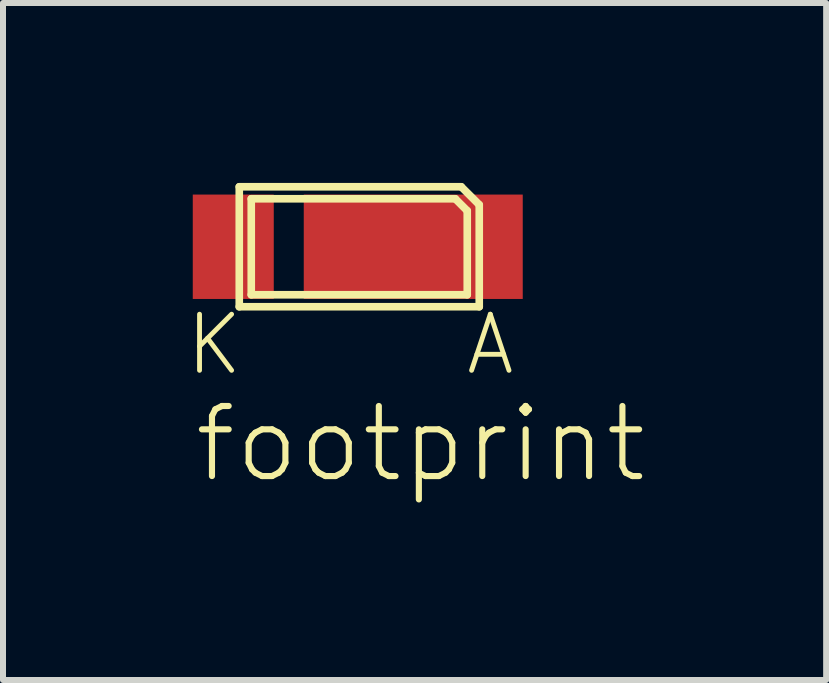
<source format=kicad_pcb>
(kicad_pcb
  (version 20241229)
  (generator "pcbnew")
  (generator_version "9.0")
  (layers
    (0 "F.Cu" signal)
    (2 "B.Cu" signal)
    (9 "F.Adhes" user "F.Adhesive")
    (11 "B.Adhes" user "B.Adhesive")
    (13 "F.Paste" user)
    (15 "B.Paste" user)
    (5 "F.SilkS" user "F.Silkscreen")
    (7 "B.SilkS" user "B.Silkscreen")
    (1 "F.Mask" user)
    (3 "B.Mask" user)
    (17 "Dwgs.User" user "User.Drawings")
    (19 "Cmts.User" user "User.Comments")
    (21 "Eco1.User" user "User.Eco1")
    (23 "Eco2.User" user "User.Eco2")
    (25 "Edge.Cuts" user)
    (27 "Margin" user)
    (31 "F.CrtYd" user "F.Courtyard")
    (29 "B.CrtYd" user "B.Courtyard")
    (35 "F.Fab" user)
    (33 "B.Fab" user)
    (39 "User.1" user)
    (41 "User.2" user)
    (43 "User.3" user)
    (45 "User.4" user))
  (footprint "footprint"
    (layer "F.Cu")
    (at 2.938 1.063)
    (property "Reference" "footprint" (at -2.8 3.97 0) (layer "F.SilkS") (effects (font (size 1.168 1.168) (thickness 0.102)) (justify left bottom)))
    (fp_line (start -2 -1) (end 1.7 -1) (stroke (width 0.127) (type solid)) (layer "F.SilkS"))
    (fp_line (start -2 1) (end -2 -1) (stroke (width 0.127) (type solid)) (layer "F.SilkS"))
    (fp_line (start -1.8 -0.8) (end -1.8 0.8) (stroke (width 0.127) (type solid)) (layer "F.SilkS"))
    (fp_line (start -1.8 0.8) (end 1.8 0.8) (stroke (width 0.127) (type solid)) (layer "F.SilkS"))
    (fp_line (start 1.6 -0.8) (end -1.8 -0.8) (stroke (width 0.127) (type solid)) (layer "F.SilkS"))
    (fp_line (start 1.7 -1) (end 2 -0.7) (stroke (width 0.127) (type solid)) (layer "F.SilkS"))
    (fp_line (start 1.8 -0.6) (end 1.6 -0.8) (stroke (width 0.127) (type solid)) (layer "F.SilkS"))
    (fp_line (start 1.8 0.8) (end 1.8 -0.6) (stroke (width 0.127) (type solid)) (layer "F.SilkS"))
    (fp_line (start 2 -0.7) (end 2 1) (stroke (width 0.127) (type solid)) (layer "F.SilkS"))
    (fp_line (start 2 1) (end -2 1) (stroke (width 0.127) (type solid)) (layer "F.SilkS"))
    (fp_text user "K" (at -2.938 2.178 0) (layer "F.SilkS") (effects (font (size 0.935 0.935) (thickness 0.081)) (justify left bottom)))
    (fp_text user "A" (at 1.73 2.178 0) (layer "F.SilkS") (effects (font (size 0.935 0.935) (thickness 0.081)) (justify left bottom)))
    (pad "A" smd rect (at 0.9 0 180) (size 3.65 1.74) (layers "F.Cu" "F.Mask" "F.Paste"))
    (pad "K" smd rect (at -2.1 0 180) (size 1.35 1.74) (layers "F.Cu" "F.Mask" "F.Paste")))
  (gr_rect
    (start -3 -3)
    (end 10.72 8.284)
    (stroke (width 0.1) (type default))
    (fill no)
    (layer "Edge.Cuts")))
</source>
